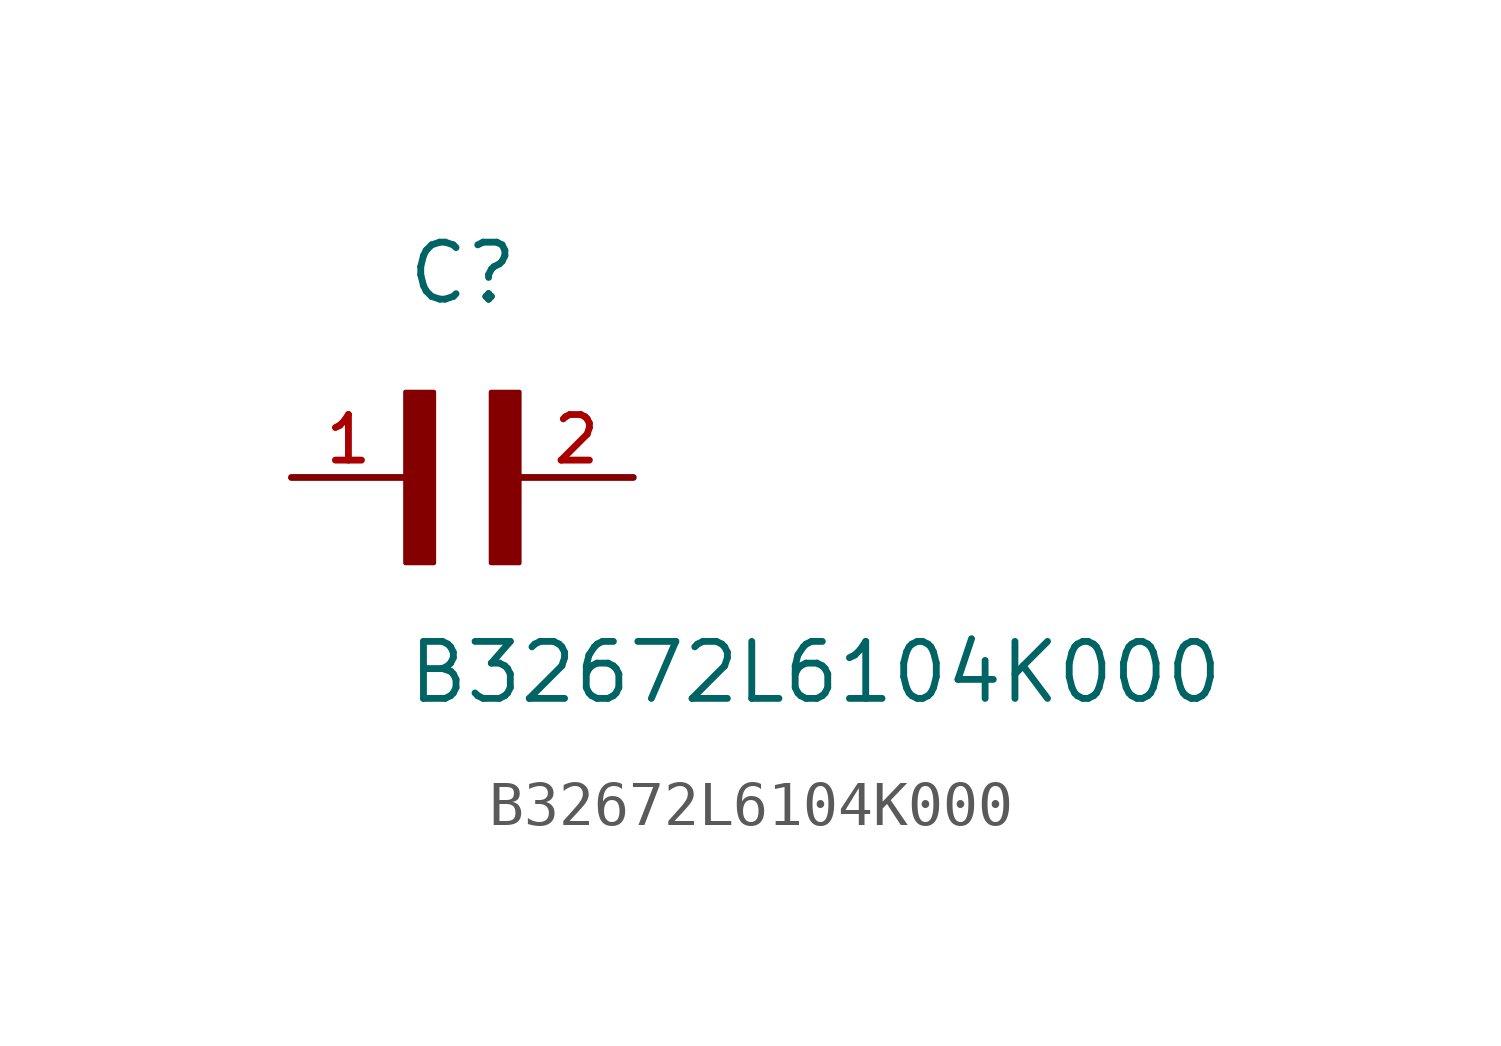
<source format=kicad_sym>
(kicad_symbol_lib
  (version 20241209)
  (generator "kicad_symbol_editor")
  (generator_version "9.0")
  (symbol "B32672L6104K000"
    (pin_names
      (offset 1.016))
    (property "Reference" "C"
      (at 0 3.811 0)
      (effects (font (size 1.27 1.27)) (justify left bottom)))
    (property "Value" "B32672L6104K000"
      (at 0 -5.088 0)
      (effects (font (size 1.27 1.27)) (justify left bottom)))
    (symbol "B32672L6104K000_0_0"
      (rectangle (start 0 -1.907) (end 0.635 1.905) (stroke (width 0.1) (type default)) (fill (type outline)))
      (rectangle (start 1.907 -1.907) (end 2.54 1.905) (stroke (width 0.1) (type default)) (fill (type outline)))
      (pin passive line (at -2.54 0 0) (length 2.54) (name "~" (effects (font (size 1.016 1.016)))) (number "1" (effects (font (size 1.016 1.016)))))
      (pin passive line (at 5.08 0 180) (length 2.54) (name "~" (effects (font (size 1.016 1.016)))) (number "2" (effects (font (size 1.016 1.016))))))))
</source>
